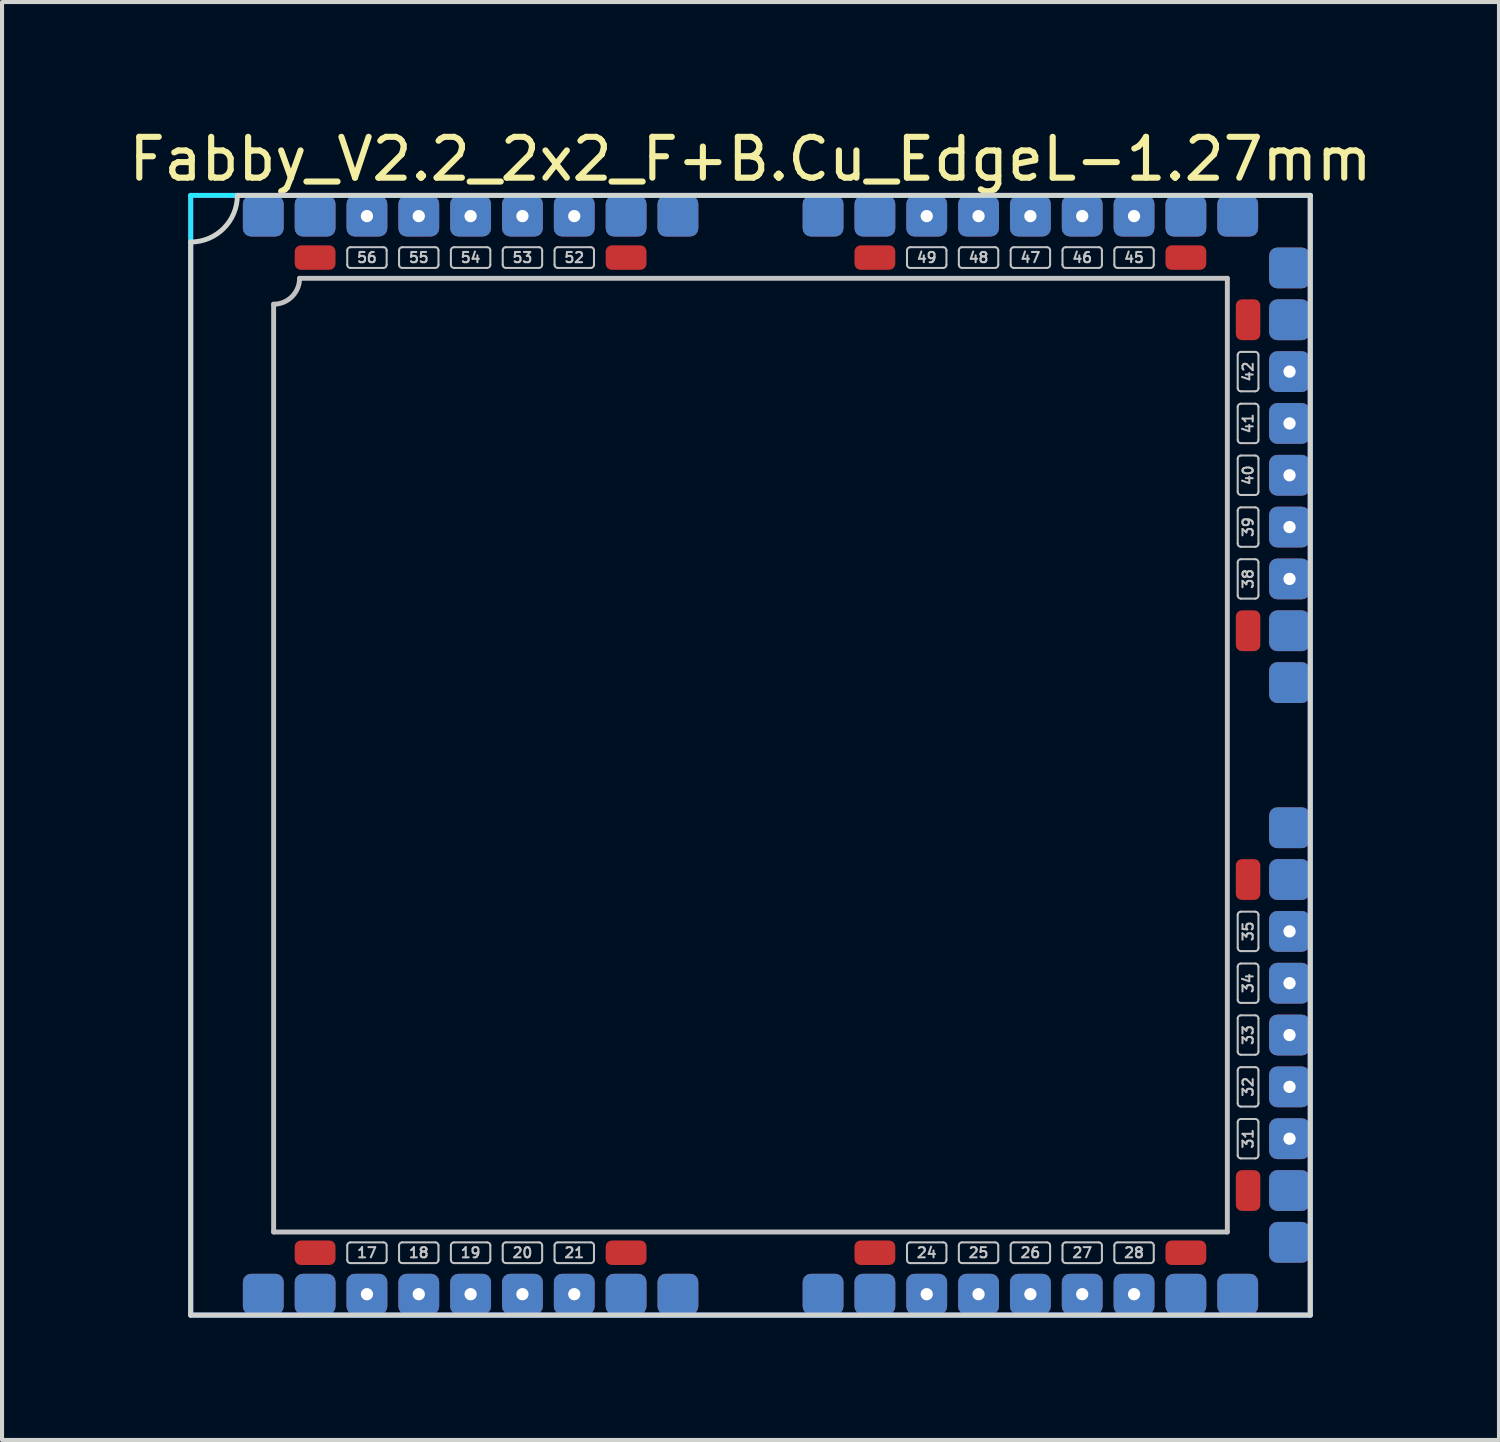
<source format=kicad_pcb>
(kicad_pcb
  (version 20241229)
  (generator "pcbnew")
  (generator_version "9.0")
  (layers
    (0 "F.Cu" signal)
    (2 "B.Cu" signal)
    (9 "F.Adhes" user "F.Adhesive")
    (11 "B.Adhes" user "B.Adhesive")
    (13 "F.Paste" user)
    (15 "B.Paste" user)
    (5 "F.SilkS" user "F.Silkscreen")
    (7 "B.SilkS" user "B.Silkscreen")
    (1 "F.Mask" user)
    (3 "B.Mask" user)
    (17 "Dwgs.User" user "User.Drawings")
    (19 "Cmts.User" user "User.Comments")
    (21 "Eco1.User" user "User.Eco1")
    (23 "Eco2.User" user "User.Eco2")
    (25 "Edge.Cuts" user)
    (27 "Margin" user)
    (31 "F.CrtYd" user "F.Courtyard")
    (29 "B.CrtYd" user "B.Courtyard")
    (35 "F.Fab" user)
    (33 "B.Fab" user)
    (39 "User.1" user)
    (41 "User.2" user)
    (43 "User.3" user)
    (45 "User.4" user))
  (footprint "Fabby_V2.2_2x2_F+B.Cu_EdgeL-1.27mm"
    (layer "F.Cu")
    (at 15.339 15.453)
    (property "Reference" "Fabby_V2.2_2x2_F+B.Cu_EdgeL-1.27mm" (at 0 -14.605 0) (layer "F.SilkS") (effects (font (size 1 1) (thickness 0.15))))
    (attr through_hole)
    (fp_line (start -11.684 11.684) (end -11.684 -11.049) (stroke (width 0.12) (type solid)) (layer "Dwgs.User"))
    (fp_line (start -11.049 -11.684) (end 11.684 -11.684) (stroke (width 0.12) (type solid)) (layer "Dwgs.User"))
    (fp_line (start -9.881 -12.014) (end -9.881 -12.37) (stroke (width 0.05) (type solid)) (layer "Dwgs.User"))
    (fp_line (start -9.881 12.37) (end -9.881 12.014) (stroke (width 0.05) (type solid)) (layer "Dwgs.User"))
    (fp_line (start -8.992 -12.446) (end -9.804 -12.446) (stroke (width 0.05) (type solid)) (layer "Dwgs.User"))
    (fp_line (start -8.992 -11.938) (end -9.804 -11.938) (stroke (width 0.05) (type solid)) (layer "Dwgs.User"))
    (fp_line (start -8.992 11.938) (end -9.804 11.938) (stroke (width 0.05) (type solid)) (layer "Dwgs.User"))
    (fp_line (start -8.992 12.446) (end -9.804 12.446) (stroke (width 0.05) (type solid)) (layer "Dwgs.User"))
    (fp_line (start -8.915 -12.014) (end -8.915 -12.37) (stroke (width 0.05) (type solid)) (layer "Dwgs.User"))
    (fp_line (start -8.915 12.37) (end -8.915 12.014) (stroke (width 0.05) (type solid)) (layer "Dwgs.User"))
    (fp_line (start -8.611 -12.014) (end -8.611 -12.37) (stroke (width 0.05) (type solid)) (layer "Dwgs.User"))
    (fp_line (start -8.611 12.37) (end -8.611 12.014) (stroke (width 0.05) (type solid)) (layer "Dwgs.User"))
    (fp_line (start -7.722 -12.446) (end -8.534 -12.446) (stroke (width 0.05) (type solid)) (layer "Dwgs.User"))
    (fp_line (start -7.722 -11.938) (end -8.534 -11.938) (stroke (width 0.05) (type solid)) (layer "Dwgs.User"))
    (fp_line (start -7.722 11.938) (end -8.534 11.938) (stroke (width 0.05) (type solid)) (layer "Dwgs.User"))
    (fp_line (start -7.722 12.446) (end -8.534 12.446) (stroke (width 0.05) (type solid)) (layer "Dwgs.User"))
    (fp_line (start -7.645 -12.014) (end -7.645 -12.37) (stroke (width 0.05) (type solid)) (layer "Dwgs.User"))
    (fp_line (start -7.645 12.37) (end -7.645 12.014) (stroke (width 0.05) (type solid)) (layer "Dwgs.User"))
    (fp_line (start -7.341 -12.014) (end -7.341 -12.37) (stroke (width 0.05) (type solid)) (layer "Dwgs.User"))
    (fp_line (start -7.341 12.37) (end -7.341 12.014) (stroke (width 0.05) (type solid)) (layer "Dwgs.User"))
    (fp_line (start -6.452 -12.446) (end -7.264 -12.446) (stroke (width 0.05) (type solid)) (layer "Dwgs.User"))
    (fp_line (start -6.452 -11.938) (end -7.264 -11.938) (stroke (width 0.05) (type solid)) (layer "Dwgs.User"))
    (fp_line (start -6.452 11.938) (end -7.264 11.938) (stroke (width 0.05) (type solid)) (layer "Dwgs.User"))
    (fp_line (start -6.452 12.446) (end -7.264 12.446) (stroke (width 0.05) (type solid)) (layer "Dwgs.User"))
    (fp_line (start -6.375 -12.014) (end -6.375 -12.37) (stroke (width 0.05) (type solid)) (layer "Dwgs.User"))
    (fp_line (start -6.375 12.37) (end -6.375 12.014) (stroke (width 0.05) (type solid)) (layer "Dwgs.User"))
    (fp_line (start -6.071 -12.014) (end -6.071 -12.37) (stroke (width 0.05) (type solid)) (layer "Dwgs.User"))
    (fp_line (start -6.071 12.37) (end -6.071 12.014) (stroke (width 0.05) (type solid)) (layer "Dwgs.User"))
    (fp_line (start -5.182 -12.446) (end -5.994 -12.446) (stroke (width 0.05) (type solid)) (layer "Dwgs.User"))
    (fp_line (start -5.182 -11.938) (end -5.994 -11.938) (stroke (width 0.05) (type solid)) (layer "Dwgs.User"))
    (fp_line (start -5.182 11.938) (end -5.994 11.938) (stroke (width 0.05) (type solid)) (layer "Dwgs.User"))
    (fp_line (start -5.182 12.446) (end -5.994 12.446) (stroke (width 0.05) (type solid)) (layer "Dwgs.User"))
    (fp_line (start -5.105 -12.014) (end -5.105 -12.37) (stroke (width 0.05) (type solid)) (layer "Dwgs.User"))
    (fp_line (start -5.105 12.37) (end -5.105 12.014) (stroke (width 0.05) (type solid)) (layer "Dwgs.User"))
    (fp_line (start -4.801 -12.014) (end -4.801 -12.37) (stroke (width 0.05) (type solid)) (layer "Dwgs.User"))
    (fp_line (start -4.801 12.37) (end -4.801 12.014) (stroke (width 0.05) (type solid)) (layer "Dwgs.User"))
    (fp_line (start -3.912 -12.446) (end -4.724 -12.446) (stroke (width 0.05) (type solid)) (layer "Dwgs.User"))
    (fp_line (start -3.912 -11.938) (end -4.724 -11.938) (stroke (width 0.05) (type solid)) (layer "Dwgs.User"))
    (fp_line (start -3.912 11.938) (end -4.724 11.938) (stroke (width 0.05) (type solid)) (layer "Dwgs.User"))
    (fp_line (start -3.912 12.446) (end -4.724 12.446) (stroke (width 0.05) (type solid)) (layer "Dwgs.User"))
    (fp_line (start -3.835 -12.014) (end -3.835 -12.37) (stroke (width 0.05) (type solid)) (layer "Dwgs.User"))
    (fp_line (start -3.835 12.37) (end -3.835 12.014) (stroke (width 0.05) (type solid)) (layer "Dwgs.User"))
    (fp_line (start 3.835 -12.014) (end 3.835 -12.37) (stroke (width 0.05) (type solid)) (layer "Dwgs.User"))
    (fp_line (start 3.835 12.37) (end 3.835 12.014) (stroke (width 0.05) (type solid)) (layer "Dwgs.User"))
    (fp_line (start 4.724 -12.446) (end 3.912 -12.446) (stroke (width 0.05) (type solid)) (layer "Dwgs.User"))
    (fp_line (start 4.724 -11.938) (end 3.912 -11.938) (stroke (width 0.05) (type solid)) (layer "Dwgs.User"))
    (fp_line (start 4.724 11.938) (end 3.912 11.938) (stroke (width 0.05) (type solid)) (layer "Dwgs.User"))
    (fp_line (start 4.724 12.446) (end 3.912 12.446) (stroke (width 0.05) (type solid)) (layer "Dwgs.User"))
    (fp_line (start 4.801 -12.014) (end 4.801 -12.37) (stroke (width 0.05) (type solid)) (layer "Dwgs.User"))
    (fp_line (start 4.801 12.37) (end 4.801 12.014) (stroke (width 0.05) (type solid)) (layer "Dwgs.User"))
    (fp_line (start 5.105 -12.014) (end 5.105 -12.37) (stroke (width 0.05) (type solid)) (layer "Dwgs.User"))
    (fp_line (start 5.105 12.37) (end 5.105 12.014) (stroke (width 0.05) (type solid)) (layer "Dwgs.User"))
    (fp_line (start 5.994 -12.446) (end 5.182 -12.446) (stroke (width 0.05) (type solid)) (layer "Dwgs.User"))
    (fp_line (start 5.994 -11.938) (end 5.182 -11.938) (stroke (width 0.05) (type solid)) (layer "Dwgs.User"))
    (fp_line (start 5.994 11.938) (end 5.182 11.938) (stroke (width 0.05) (type solid)) (layer "Dwgs.User"))
    (fp_line (start 5.994 12.446) (end 5.182 12.446) (stroke (width 0.05) (type solid)) (layer "Dwgs.User"))
    (fp_line (start 6.071 -12.014) (end 6.071 -12.37) (stroke (width 0.05) (type solid)) (layer "Dwgs.User"))
    (fp_line (start 6.071 12.37) (end 6.071 12.014) (stroke (width 0.05) (type solid)) (layer "Dwgs.User"))
    (fp_line (start 6.375 -12.014) (end 6.375 -12.37) (stroke (width 0.05) (type solid)) (layer "Dwgs.User"))
    (fp_line (start 6.375 12.37) (end 6.375 12.014) (stroke (width 0.05) (type solid)) (layer "Dwgs.User"))
    (fp_line (start 7.264 -12.446) (end 6.452 -12.446) (stroke (width 0.05) (type solid)) (layer "Dwgs.User"))
    (fp_line (start 7.264 -11.938) (end 6.452 -11.938) (stroke (width 0.05) (type solid)) (layer "Dwgs.User"))
    (fp_line (start 7.264 11.938) (end 6.452 11.938) (stroke (width 0.05) (type solid)) (layer "Dwgs.User"))
    (fp_line (start 7.264 12.446) (end 6.452 12.446) (stroke (width 0.05) (type solid)) (layer "Dwgs.User"))
    (fp_line (start 7.341 -12.014) (end 7.341 -12.37) (stroke (width 0.05) (type solid)) (layer "Dwgs.User"))
    (fp_line (start 7.341 12.37) (end 7.341 12.014) (stroke (width 0.05) (type solid)) (layer "Dwgs.User"))
    (fp_line (start 7.645 -12.014) (end 7.645 -12.37) (stroke (width 0.05) (type solid)) (layer "Dwgs.User"))
    (fp_line (start 7.645 12.37) (end 7.645 12.014) (stroke (width 0.05) (type solid)) (layer "Dwgs.User"))
    (fp_line (start 8.534 -12.446) (end 7.722 -12.446) (stroke (width 0.05) (type solid)) (layer "Dwgs.User"))
    (fp_line (start 8.534 -11.938) (end 7.722 -11.938) (stroke (width 0.05) (type solid)) (layer "Dwgs.User"))
    (fp_line (start 8.534 11.938) (end 7.722 11.938) (stroke (width 0.05) (type solid)) (layer "Dwgs.User"))
    (fp_line (start 8.534 12.446) (end 7.722 12.446) (stroke (width 0.05) (type solid)) (layer "Dwgs.User"))
    (fp_line (start 8.611 -12.014) (end 8.611 -12.37) (stroke (width 0.05) (type solid)) (layer "Dwgs.User"))
    (fp_line (start 8.611 12.37) (end 8.611 12.014) (stroke (width 0.05) (type solid)) (layer "Dwgs.User"))
    (fp_line (start 8.915 -12.014) (end 8.915 -12.37) (stroke (width 0.05) (type solid)) (layer "Dwgs.User"))
    (fp_line (start 8.915 12.37) (end 8.915 12.014) (stroke (width 0.05) (type solid)) (layer "Dwgs.User"))
    (fp_line (start 9.804 -12.446) (end 8.992 -12.446) (stroke (width 0.05) (type solid)) (layer "Dwgs.User"))
    (fp_line (start 9.804 -11.938) (end 8.992 -11.938) (stroke (width 0.05) (type solid)) (layer "Dwgs.User"))
    (fp_line (start 9.804 11.938) (end 8.992 11.938) (stroke (width 0.05) (type solid)) (layer "Dwgs.User"))
    (fp_line (start 9.804 12.446) (end 8.992 12.446) (stroke (width 0.05) (type solid)) (layer "Dwgs.User"))
    (fp_line (start 9.881 -12.014) (end 9.881 -12.37) (stroke (width 0.05) (type solid)) (layer "Dwgs.User"))
    (fp_line (start 9.881 12.37) (end 9.881 12.014) (stroke (width 0.05) (type solid)) (layer "Dwgs.User"))
    (fp_line (start 11.684 -11.684) (end 11.684 11.684) (stroke (width 0.12) (type solid)) (layer "Dwgs.User"))
    (fp_line (start 11.684 11.684) (end -11.684 11.684) (stroke (width 0.12) (type solid)) (layer "Dwgs.User"))
    (fp_line (start 11.938 -8.992) (end 11.938 -9.804) (stroke (width 0.05) (type solid)) (layer "Dwgs.User"))
    (fp_line (start 11.938 -7.722) (end 11.938 -8.534) (stroke (width 0.05) (type solid)) (layer "Dwgs.User"))
    (fp_line (start 11.938 -6.452) (end 11.938 -7.264) (stroke (width 0.05) (type solid)) (layer "Dwgs.User"))
    (fp_line (start 11.938 -5.182) (end 11.938 -5.994) (stroke (width 0.05) (type solid)) (layer "Dwgs.User"))
    (fp_line (start 11.938 -3.912) (end 11.938 -4.724) (stroke (width 0.05) (type solid)) (layer "Dwgs.User"))
    (fp_line (start 11.938 4.724) (end 11.938 3.912) (stroke (width 0.05) (type solid)) (layer "Dwgs.User"))
    (fp_line (start 11.938 5.994) (end 11.938 5.182) (stroke (width 0.05) (type solid)) (layer "Dwgs.User"))
    (fp_line (start 11.938 7.264) (end 11.938 6.452) (stroke (width 0.05) (type solid)) (layer "Dwgs.User"))
    (fp_line (start 11.938 8.534) (end 11.938 7.722) (stroke (width 0.05) (type solid)) (layer "Dwgs.User"))
    (fp_line (start 11.938 9.804) (end 11.938 8.992) (stroke (width 0.05) (type solid)) (layer "Dwgs.User"))
    (fp_line (start 12.014 -9.881) (end 12.37 -9.881) (stroke (width 0.05) (type solid)) (layer "Dwgs.User"))
    (fp_line (start 12.014 -8.915) (end 12.37 -8.915) (stroke (width 0.05) (type solid)) (layer "Dwgs.User"))
    (fp_line (start 12.014 -8.611) (end 12.37 -8.611) (stroke (width 0.05) (type solid)) (layer "Dwgs.User"))
    (fp_line (start 12.014 -7.645) (end 12.37 -7.645) (stroke (width 0.05) (type solid)) (layer "Dwgs.User"))
    (fp_line (start 12.014 -7.341) (end 12.37 -7.341) (stroke (width 0.05) (type solid)) (layer "Dwgs.User"))
    (fp_line (start 12.014 -6.375) (end 12.37 -6.375) (stroke (width 0.05) (type solid)) (layer "Dwgs.User"))
    (fp_line (start 12.014 -6.071) (end 12.37 -6.071) (stroke (width 0.05) (type solid)) (layer "Dwgs.User"))
    (fp_line (start 12.014 -5.105) (end 12.37 -5.105) (stroke (width 0.05) (type solid)) (layer "Dwgs.User"))
    (fp_line (start 12.014 -4.801) (end 12.37 -4.801) (stroke (width 0.05) (type solid)) (layer "Dwgs.User"))
    (fp_line (start 12.014 -3.835) (end 12.37 -3.835) (stroke (width 0.05) (type solid)) (layer "Dwgs.User"))
    (fp_line (start 12.014 3.835) (end 12.37 3.835) (stroke (width 0.05) (type solid)) (layer "Dwgs.User"))
    (fp_line (start 12.014 4.801) (end 12.37 4.801) (stroke (width 0.05) (type solid)) (layer "Dwgs.User"))
    (fp_line (start 12.014 5.105) (end 12.37 5.105) (stroke (width 0.05) (type solid)) (layer "Dwgs.User"))
    (fp_line (start 12.014 6.071) (end 12.37 6.071) (stroke (width 0.05) (type solid)) (layer "Dwgs.User"))
    (fp_line (start 12.014 6.375) (end 12.37 6.375) (stroke (width 0.05) (type solid)) (layer "Dwgs.User"))
    (fp_line (start 12.014 7.341) (end 12.37 7.341) (stroke (width 0.05) (type solid)) (layer "Dwgs.User"))
    (fp_line (start 12.014 7.645) (end 12.37 7.645) (stroke (width 0.05) (type solid)) (layer "Dwgs.User"))
    (fp_line (start 12.014 8.611) (end 12.37 8.611) (stroke (width 0.05) (type solid)) (layer "Dwgs.User"))
    (fp_line (start 12.014 8.915) (end 12.37 8.915) (stroke (width 0.05) (type solid)) (layer "Dwgs.User"))
    (fp_line (start 12.014 9.881) (end 12.37 9.881) (stroke (width 0.05) (type solid)) (layer "Dwgs.User"))
    (fp_line (start 12.446 -8.992) (end 12.446 -9.804) (stroke (width 0.05) (type solid)) (layer "Dwgs.User"))
    (fp_line (start 12.446 -7.722) (end 12.446 -8.534) (stroke (width 0.05) (type solid)) (layer "Dwgs.User"))
    (fp_line (start 12.446 -6.452) (end 12.446 -7.264) (stroke (width 0.05) (type solid)) (layer "Dwgs.User"))
    (fp_line (start 12.446 -5.182) (end 12.446 -5.994) (stroke (width 0.05) (type solid)) (layer "Dwgs.User"))
    (fp_line (start 12.446 -3.912) (end 12.446 -4.724) (stroke (width 0.05) (type solid)) (layer "Dwgs.User"))
    (fp_line (start 12.446 4.724) (end 12.446 3.912) (stroke (width 0.05) (type solid)) (layer "Dwgs.User"))
    (fp_line (start 12.446 5.994) (end 12.446 5.182) (stroke (width 0.05) (type solid)) (layer "Dwgs.User"))
    (fp_line (start 12.446 7.264) (end 12.446 6.452) (stroke (width 0.05) (type solid)) (layer "Dwgs.User"))
    (fp_line (start 12.446 8.534) (end 12.446 7.722) (stroke (width 0.05) (type solid)) (layer "Dwgs.User"))
    (fp_line (start 12.446 9.804) (end 12.446 8.992) (stroke (width 0.05) (type solid)) (layer "Dwgs.User"))
    (fp_arc (start -11.049 -11.684) (mid -11.234987 -11.234987) (end -11.684 -11.049) (stroke (width 0.12) (type solid)) (layer "Dwgs.User"))
    (fp_arc (start -9.8806 -12.3698) (mid -9.858282 -12.423682) (end -9.8044 -12.446) (stroke (width 0.05) (type solid)) (layer "Dwgs.User"))
    (fp_arc (start -9.8806 12.0142) (mid -9.858282 11.960318) (end -9.8044 11.938) (stroke (width 0.05) (type solid)) (layer "Dwgs.User"))
    (fp_arc (start -9.8044 -11.938) (mid -9.858282 -11.960318) (end -9.8806 -12.0142) (stroke (width 0.05) (type solid)) (layer "Dwgs.User"))
    (fp_arc (start -9.8044 12.446) (mid -9.858282 12.423682) (end -9.8806 12.3698) (stroke (width 0.05) (type solid)) (layer "Dwgs.User"))
    (fp_arc (start -8.9916 -12.446) (mid -8.937718 -12.423682) (end -8.9154 -12.3698) (stroke (width 0.05) (type solid)) (layer "Dwgs.User"))
    (fp_arc (start -8.9916 11.938) (mid -8.937718 11.960318) (end -8.9154 12.0142) (stroke (width 0.05) (type solid)) (layer "Dwgs.User"))
    (fp_arc (start -8.9154 -12.0142) (mid -8.937718 -11.960318) (end -8.9916 -11.938) (stroke (width 0.05) (type solid)) (layer "Dwgs.User"))
    (fp_arc (start -8.9154 12.3698) (mid -8.937718 12.423682) (end -8.9916 12.446) (stroke (width 0.05) (type solid)) (layer "Dwgs.User"))
    (fp_arc (start -8.6106 -12.3698) (mid -8.588282 -12.423682) (end -8.5344 -12.446) (stroke (width 0.05) (type solid)) (layer "Dwgs.User"))
    (fp_arc (start -8.6106 12.0142) (mid -8.588282 11.960318) (end -8.5344 11.938) (stroke (width 0.05) (type solid)) (layer "Dwgs.User"))
    (fp_arc (start -8.5344 -11.938) (mid -8.588282 -11.960318) (end -8.6106 -12.0142) (stroke (width 0.05) (type solid)) (layer "Dwgs.User"))
    (fp_arc (start -8.5344 12.446) (mid -8.588282 12.423682) (end -8.6106 12.3698) (stroke (width 0.05) (type solid)) (layer "Dwgs.User"))
    (fp_arc (start -7.7216 -12.446) (mid -7.667718 -12.423682) (end -7.6454 -12.3698) (stroke (width 0.05) (type solid)) (layer "Dwgs.User"))
    (fp_arc (start -7.7216 11.938) (mid -7.667718 11.960318) (end -7.6454 12.0142) (stroke (width 0.05) (type solid)) (layer "Dwgs.User"))
    (fp_arc (start -7.6454 -12.0142) (mid -7.667718 -11.960318) (end -7.7216 -11.938) (stroke (width 0.05) (type solid)) (layer "Dwgs.User"))
    (fp_arc (start -7.6454 12.3698) (mid -7.667718 12.423682) (end -7.7216 12.446) (stroke (width 0.05) (type solid)) (layer "Dwgs.User"))
    (fp_arc (start -7.3406 -12.3698) (mid -7.318282 -12.423682) (end -7.2644 -12.446) (stroke (width 0.05) (type solid)) (layer "Dwgs.User"))
    (fp_arc (start -7.3406 12.0142) (mid -7.318282 11.960318) (end -7.2644 11.938) (stroke (width 0.05) (type solid)) (layer "Dwgs.User"))
    (fp_arc (start -7.2644 -11.938) (mid -7.318282 -11.960318) (end -7.3406 -12.0142) (stroke (width 0.05) (type solid)) (layer "Dwgs.User"))
    (fp_arc (start -7.2644 12.446) (mid -7.318282 12.423682) (end -7.3406 12.3698) (stroke (width 0.05) (type solid)) (layer "Dwgs.User"))
    (fp_arc (start -6.4516 -12.446) (mid -6.397718 -12.423682) (end -6.3754 -12.3698) (stroke (width 0.05) (type solid)) (layer "Dwgs.User"))
    (fp_arc (start -6.4516 11.938) (mid -6.397718 11.960318) (end -6.3754 12.0142) (stroke (width 0.05) (type solid)) (layer "Dwgs.User"))
    (fp_arc (start -6.3754 -12.0142) (mid -6.397718 -11.960318) (end -6.4516 -11.938) (stroke (width 0.05) (type solid)) (layer "Dwgs.User"))
    (fp_arc (start -6.3754 12.3698) (mid -6.397718 12.423682) (end -6.4516 12.446) (stroke (width 0.05) (type solid)) (layer "Dwgs.User"))
    (fp_arc (start -6.0706 -12.3698) (mid -6.048282 -12.423682) (end -5.9944 -12.446) (stroke (width 0.05) (type solid)) (layer "Dwgs.User"))
    (fp_arc (start -6.0706 12.0142) (mid -6.048282 11.960318) (end -5.9944 11.938) (stroke (width 0.05) (type solid)) (layer "Dwgs.User"))
    (fp_arc (start -5.9944 -11.938) (mid -6.048282 -11.960318) (end -6.0706 -12.0142) (stroke (width 0.05) (type solid)) (layer "Dwgs.User"))
    (fp_arc (start -5.9944 12.446) (mid -6.048282 12.423682) (end -6.0706 12.3698) (stroke (width 0.05) (type solid)) (layer "Dwgs.User"))
    (fp_arc (start -5.1816 -12.446) (mid -5.127718 -12.423682) (end -5.1054 -12.3698) (stroke (width 0.05) (type solid)) (layer "Dwgs.User"))
    (fp_arc (start -5.1816 11.938) (mid -5.127718 11.960318) (end -5.1054 12.0142) (stroke (width 0.05) (type solid)) (layer "Dwgs.User"))
    (fp_arc (start -5.1054 -12.0142) (mid -5.127718 -11.960318) (end -5.1816 -11.938) (stroke (width 0.05) (type solid)) (layer "Dwgs.User"))
    (fp_arc (start -5.1054 12.3698) (mid -5.127718 12.423682) (end -5.1816 12.446) (stroke (width 0.05) (type solid)) (layer "Dwgs.User"))
    (fp_arc (start -4.8006 -12.3698) (mid -4.778282 -12.423682) (end -4.7244 -12.446) (stroke (width 0.05) (type solid)) (layer "Dwgs.User"))
    (fp_arc (start -4.8006 12.0142) (mid -4.778282 11.960318) (end -4.7244 11.938) (stroke (width 0.05) (type solid)) (layer "Dwgs.User"))
    (fp_arc (start -4.7244 -11.938) (mid -4.778282 -11.960318) (end -4.8006 -12.0142) (stroke (width 0.05) (type solid)) (layer "Dwgs.User"))
    (fp_arc (start -4.7244 12.446) (mid -4.778282 12.423682) (end -4.8006 12.3698) (stroke (width 0.05) (type solid)) (layer "Dwgs.User"))
    (fp_arc (start -3.9116 -12.446) (mid -3.857718 -12.423682) (end -3.8354 -12.3698) (stroke (width 0.05) (type solid)) (layer "Dwgs.User"))
    (fp_arc (start -3.9116 11.938) (mid -3.857718 11.960318) (end -3.8354 12.0142) (stroke (width 0.05) (type solid)) (layer "Dwgs.User"))
    (fp_arc (start -3.8354 -12.0142) (mid -3.857718 -11.960318) (end -3.9116 -11.938) (stroke (width 0.05) (type solid)) (layer "Dwgs.User"))
    (fp_arc (start -3.8354 12.3698) (mid -3.857718 12.423682) (end -3.9116 12.446) (stroke (width 0.05) (type solid)) (layer "Dwgs.User"))
    (fp_arc (start 3.8354 -12.3698) (mid 3.857718 -12.423682) (end 3.9116 -12.446) (stroke (width 0.05) (type solid)) (layer "Dwgs.User"))
    (fp_arc (start 3.8354 12.0142) (mid 3.857718 11.960318) (end 3.9116 11.938) (stroke (width 0.05) (type solid)) (layer "Dwgs.User"))
    (fp_arc (start 3.9116 -11.938) (mid 3.857718 -11.960318) (end 3.8354 -12.0142) (stroke (width 0.05) (type solid)) (layer "Dwgs.User"))
    (fp_arc (start 3.9116 12.446) (mid 3.857718 12.423682) (end 3.8354 12.3698) (stroke (width 0.05) (type solid)) (layer "Dwgs.User"))
    (fp_arc (start 4.7244 -12.446) (mid 4.778282 -12.423682) (end 4.8006 -12.3698) (stroke (width 0.05) (type solid)) (layer "Dwgs.User"))
    (fp_arc (start 4.7244 11.938) (mid 4.778282 11.960318) (end 4.8006 12.0142) (stroke (width 0.05) (type solid)) (layer "Dwgs.User"))
    (fp_arc (start 4.8006 -12.0142) (mid 4.778282 -11.960318) (end 4.7244 -11.938) (stroke (width 0.05) (type solid)) (layer "Dwgs.User"))
    (fp_arc (start 4.8006 12.3698) (mid 4.778282 12.423682) (end 4.7244 12.446) (stroke (width 0.05) (type solid)) (layer "Dwgs.User"))
    (fp_arc (start 5.1054 -12.3698) (mid 5.127718 -12.423682) (end 5.1816 -12.446) (stroke (width 0.05) (type solid)) (layer "Dwgs.User"))
    (fp_arc (start 5.1054 12.0142) (mid 5.127718 11.960318) (end 5.1816 11.938) (stroke (width 0.05) (type solid)) (layer "Dwgs.User"))
    (fp_arc (start 5.1816 -11.938) (mid 5.127718 -11.960318) (end 5.1054 -12.0142) (stroke (width 0.05) (type solid)) (layer "Dwgs.User"))
    (fp_arc (start 5.1816 12.446) (mid 5.127718 12.423682) (end 5.1054 12.3698) (stroke (width 0.05) (type solid)) (layer "Dwgs.User"))
    (fp_arc (start 5.9944 -12.446) (mid 6.048282 -12.423682) (end 6.0706 -12.3698) (stroke (width 0.05) (type solid)) (layer "Dwgs.User"))
    (fp_arc (start 5.9944 11.938) (mid 6.048282 11.960318) (end 6.0706 12.0142) (stroke (width 0.05) (type solid)) (layer "Dwgs.User"))
    (fp_arc (start 6.0706 -12.0142) (mid 6.048282 -11.960318) (end 5.9944 -11.938) (stroke (width 0.05) (type solid)) (layer "Dwgs.User"))
    (fp_arc (start 6.0706 12.3698) (mid 6.048282 12.423682) (end 5.9944 12.446) (stroke (width 0.05) (type solid)) (layer "Dwgs.User"))
    (fp_arc (start 6.3754 -12.3698) (mid 6.397718 -12.423682) (end 6.4516 -12.446) (stroke (width 0.05) (type solid)) (layer "Dwgs.User"))
    (fp_arc (start 6.3754 12.0142) (mid 6.397718 11.960318) (end 6.4516 11.938) (stroke (width 0.05) (type solid)) (layer "Dwgs.User"))
    (fp_arc (start 6.4516 -11.938) (mid 6.397718 -11.960318) (end 6.3754 -12.0142) (stroke (width 0.05) (type solid)) (layer "Dwgs.User"))
    (fp_arc (start 6.4516 12.446) (mid 6.397718 12.423682) (end 6.3754 12.3698) (stroke (width 0.05) (type solid)) (layer "Dwgs.User"))
    (fp_arc (start 7.2644 -12.446) (mid 7.318282 -12.423682) (end 7.3406 -12.3698) (stroke (width 0.05) (type solid)) (layer "Dwgs.User"))
    (fp_arc (start 7.2644 11.938) (mid 7.318282 11.960318) (end 7.3406 12.0142) (stroke (width 0.05) (type solid)) (layer "Dwgs.User"))
    (fp_arc (start 7.3406 -12.0142) (mid 7.318282 -11.960318) (end 7.2644 -11.938) (stroke (width 0.05) (type solid)) (layer "Dwgs.User"))
    (fp_arc (start 7.3406 12.3698) (mid 7.318282 12.423682) (end 7.2644 12.446) (stroke (width 0.05) (type solid)) (layer "Dwgs.User"))
    (fp_arc (start 7.6454 -12.3698) (mid 7.667718 -12.423682) (end 7.7216 -12.446) (stroke (width 0.05) (type solid)) (layer "Dwgs.User"))
    (fp_arc (start 7.6454 12.0142) (mid 7.667718 11.960318) (end 7.7216 11.938) (stroke (width 0.05) (type solid)) (layer "Dwgs.User"))
    (fp_arc (start 7.7216 -11.938) (mid 7.667718 -11.960318) (end 7.6454 -12.0142) (stroke (width 0.05) (type solid)) (layer "Dwgs.User"))
    (fp_arc (start 7.7216 12.446) (mid 7.667718 12.423682) (end 7.6454 12.3698) (stroke (width 0.05) (type solid)) (layer "Dwgs.User"))
    (fp_arc (start 8.5344 -12.446) (mid 8.588282 -12.423682) (end 8.6106 -12.3698) (stroke (width 0.05) (type solid)) (layer "Dwgs.User"))
    (fp_arc (start 8.5344 11.938) (mid 8.588282 11.960318) (end 8.6106 12.0142) (stroke (width 0.05) (type solid)) (layer "Dwgs.User"))
    (fp_arc (start 8.6106 -12.0142) (mid 8.588282 -11.960318) (end 8.5344 -11.938) (stroke (width 0.05) (type solid)) (layer "Dwgs.User"))
    (fp_arc (start 8.6106 12.3698) (mid 8.588282 12.423682) (end 8.5344 12.446) (stroke (width 0.05) (type solid)) (layer "Dwgs.User"))
    (fp_arc (start 8.9154 -12.3698) (mid 8.937718 -12.423682) (end 8.9916 -12.446) (stroke (width 0.05) (type solid)) (layer "Dwgs.User"))
    (fp_arc (start 8.9154 12.0142) (mid 8.937718 11.960318) (end 8.9916 11.938) (stroke (width 0.05) (type solid)) (layer "Dwgs.User"))
    (fp_arc (start 8.9916 -11.938) (mid 8.937718 -11.960318) (end 8.9154 -12.0142) (stroke (width 0.05) (type solid)) (layer "Dwgs.User"))
    (fp_arc (start 8.9916 12.446) (mid 8.937718 12.423682) (end 8.9154 12.3698) (stroke (width 0.05) (type solid)) (layer "Dwgs.User"))
    (fp_arc (start 9.8044 -12.446) (mid 9.858282 -12.423682) (end 9.8806 -12.3698) (stroke (width 0.05) (type solid)) (layer "Dwgs.User"))
    (fp_arc (start 9.8044 11.938) (mid 9.858282 11.960318) (end 9.8806 12.0142) (stroke (width 0.05) (type solid)) (layer "Dwgs.User"))
    (fp_arc (start 9.8806 -12.0142) (mid 9.858282 -11.960318) (end 9.8044 -11.938) (stroke (width 0.05) (type solid)) (layer "Dwgs.User"))
    (fp_arc (start 9.8806 12.3698) (mid 9.858282 12.423682) (end 9.8044 12.446) (stroke (width 0.05) (type solid)) (layer "Dwgs.User"))
    (fp_arc (start 11.938 -9.8044) (mid 11.960318 -9.858282) (end 12.0142 -9.8806) (stroke (width 0.05) (type solid)) (layer "Dwgs.User"))
    (fp_arc (start 11.938 -8.5344) (mid 11.960318 -8.588282) (end 12.0142 -8.6106) (stroke (width 0.05) (type solid)) (layer "Dwgs.User"))
    (fp_arc (start 11.938 -7.2644) (mid 11.960318 -7.318282) (end 12.0142 -7.3406) (stroke (width 0.05) (type solid)) (layer "Dwgs.User"))
    (fp_arc (start 11.938 -5.9944) (mid 11.960318 -6.048282) (end 12.0142 -6.0706) (stroke (width 0.05) (type solid)) (layer "Dwgs.User"))
    (fp_arc (start 11.938 -4.7244) (mid 11.960318 -4.778282) (end 12.0142 -4.8006) (stroke (width 0.05) (type solid)) (layer "Dwgs.User"))
    (fp_arc (start 11.938 3.9116) (mid 11.960318 3.857718) (end 12.0142 3.8354) (stroke (width 0.05) (type solid)) (layer "Dwgs.User"))
    (fp_arc (start 11.938 5.1816) (mid 11.960318 5.127718) (end 12.0142 5.1054) (stroke (width 0.05) (type solid)) (layer "Dwgs.User"))
    (fp_arc (start 11.938 6.4516) (mid 11.960318 6.397718) (end 12.0142 6.3754) (stroke (width 0.05) (type solid)) (layer "Dwgs.User"))
    (fp_arc (start 11.938 7.7216) (mid 11.960318 7.667718) (end 12.0142 7.6454) (stroke (width 0.05) (type solid)) (layer "Dwgs.User"))
    (fp_arc (start 11.938 8.9916) (mid 11.960318 8.937718) (end 12.0142 8.9154) (stroke (width 0.05) (type solid)) (layer "Dwgs.User"))
    (fp_arc (start 12.0142 -8.9154) (mid 11.960318 -8.937718) (end 11.938 -8.9916) (stroke (width 0.05) (type solid)) (layer "Dwgs.User"))
    (fp_arc (start 12.0142 -7.6454) (mid 11.960318 -7.667718) (end 11.938 -7.7216) (stroke (width 0.05) (type solid)) (layer "Dwgs.User"))
    (fp_arc (start 12.0142 -6.3754) (mid 11.960318 -6.397718) (end 11.938 -6.4516) (stroke (width 0.05) (type solid)) (layer "Dwgs.User"))
    (fp_arc (start 12.0142 -5.1054) (mid 11.960318 -5.127718) (end 11.938 -5.1816) (stroke (width 0.05) (type solid)) (layer "Dwgs.User"))
    (fp_arc (start 12.0142 -3.8354) (mid 11.960318 -3.857718) (end 11.938 -3.9116) (stroke (width 0.05) (type solid)) (layer "Dwgs.User"))
    (fp_arc (start 12.0142 4.8006) (mid 11.960318 4.778282) (end 11.938 4.7244) (stroke (width 0.05) (type solid)) (layer "Dwgs.User"))
    (fp_arc (start 12.0142 6.0706) (mid 11.960318 6.048282) (end 11.938 5.9944) (stroke (width 0.05) (type solid)) (layer "Dwgs.User"))
    (fp_arc (start 12.0142 7.3406) (mid 11.960318 7.318282) (end 11.938 7.2644) (stroke (width 0.05) (type solid)) (layer "Dwgs.User"))
    (fp_arc (start 12.0142 8.6106) (mid 11.960318 8.588282) (end 11.938 8.5344) (stroke (width 0.05) (type solid)) (layer "Dwgs.User"))
    (fp_arc (start 12.0142 9.8806) (mid 11.960318 9.858282) (end 11.938 9.8044) (stroke (width 0.05) (type solid)) (layer "Dwgs.User"))
    (fp_arc (start 12.3698 -9.8806) (mid 12.423682 -9.858282) (end 12.446 -9.8044) (stroke (width 0.05) (type solid)) (layer "Dwgs.User"))
    (fp_arc (start 12.3698 -8.6106) (mid 12.423682 -8.588282) (end 12.446 -8.5344) (stroke (width 0.05) (type solid)) (layer "Dwgs.User"))
    (fp_arc (start 12.3698 -7.3406) (mid 12.423682 -7.318282) (end 12.446 -7.2644) (stroke (width 0.05) (type solid)) (layer "Dwgs.User"))
    (fp_arc (start 12.3698 -6.0706) (mid 12.423682 -6.048282) (end 12.446 -5.9944) (stroke (width 0.05) (type solid)) (layer "Dwgs.User"))
    (fp_arc (start 12.3698 -4.8006) (mid 12.423682 -4.778282) (end 12.446 -4.7244) (stroke (width 0.05) (type solid)) (layer "Dwgs.User"))
    (fp_arc (start 12.3698 3.8354) (mid 12.423682 3.857718) (end 12.446 3.9116) (stroke (width 0.05) (type solid)) (layer "Dwgs.User"))
    (fp_arc (start 12.3698 5.1054) (mid 12.423682 5.127718) (end 12.446 5.1816) (stroke (width 0.05) (type solid)) (layer "Dwgs.User"))
    (fp_arc (start 12.3698 6.3754) (mid 12.423682 6.397718) (end 12.446 6.4516) (stroke (width 0.05) (type solid)) (layer "Dwgs.User"))
    (fp_arc (start 12.3698 7.6454) (mid 12.423682 7.667718) (end 12.446 7.7216) (stroke (width 0.05) (type solid)) (layer "Dwgs.User"))
    (fp_arc (start 12.3698 8.9154) (mid 12.423682 8.937718) (end 12.446 8.9916) (stroke (width 0.05) (type solid)) (layer "Dwgs.User"))
    (fp_arc (start 12.446 -8.9916) (mid 12.423682 -8.937718) (end 12.3698 -8.9154) (stroke (width 0.05) (type solid)) (layer "Dwgs.User"))
    (fp_arc (start 12.446 -7.7216) (mid 12.423682 -7.667718) (end 12.3698 -7.6454) (stroke (width 0.05) (type solid)) (layer "Dwgs.User"))
    (fp_arc (start 12.446 -6.4516) (mid 12.423682 -6.397718) (end 12.3698 -6.3754) (stroke (width 0.05) (type solid)) (layer "Dwgs.User"))
    (fp_arc (start 12.446 -5.1816) (mid 12.423682 -5.127718) (end 12.3698 -5.1054) (stroke (width 0.05) (type solid)) (layer "Dwgs.User"))
    (fp_arc (start 12.446 -3.9116) (mid 12.423682 -3.857718) (end 12.3698 -3.8354) (stroke (width 0.05) (type solid)) (layer "Dwgs.User"))
    (fp_arc (start 12.446 4.7244) (mid 12.423682 4.778282) (end 12.3698 4.8006) (stroke (width 0.05) (type solid)) (layer "Dwgs.User"))
    (fp_arc (start 12.446 5.9944) (mid 12.423682 6.048282) (end 12.3698 6.0706) (stroke (width 0.05) (type solid)) (layer "Dwgs.User"))
    (fp_arc (start 12.446 7.2644) (mid 12.423682 7.318282) (end 12.3698 7.3406) (stroke (width 0.05) (type solid)) (layer "Dwgs.User"))
    (fp_arc (start 12.446 8.5344) (mid 12.423682 8.588282) (end 12.3698 8.6106) (stroke (width 0.05) (type solid)) (layer "Dwgs.User"))
    (fp_arc (start 12.446 9.8044) (mid 12.423682 9.858282) (end 12.3698 9.8806) (stroke (width 0.05) (type solid)) (layer "Dwgs.User"))
    (fp_line (start -13.716 -12.573) (end -13.716 13.72) (stroke (width 0.12) (type solid)) (layer "Edge.Cuts"))
    (fp_line (start -13.716 13.72) (end 13.716 13.72) (stroke (width 0.12) (type solid)) (layer "Edge.Cuts"))
    (fp_line (start -12.573 -13.716) (end 13.716 -13.716) (stroke (width 0.12) (type solid)) (layer "Edge.Cuts"))
    (fp_line (start 13.716 -13.716) (end 13.716 13.72) (stroke (width 0.12) (type solid)) (layer "Edge.Cuts"))
    (fp_arc (start -12.573 -13.716) (mid -12.907777 -12.907777) (end -13.716 -12.573) (stroke (width 0.12) (type solid)) (layer "Edge.Cuts"))
    (fp_line (start -13.716 -13.716) (end 13.716 -13.716) (stroke (width 0.12) (type solid)) (layer "B.CrtYd"))
    (fp_line (start -13.716 13.72) (end -13.716 -13.716) (stroke (width 0.12) (type solid)) (layer "B.CrtYd"))
    (fp_line (start 13.716 -13.716) (end 13.716 13.72) (stroke (width 0.12) (type solid)) (layer "B.CrtYd"))
    (fp_line (start 13.716 13.72) (end -13.716 13.72) (stroke (width 0.12) (type solid)) (layer "B.CrtYd"))
    (fp_line (start -13.716 -13.716) (end 13.716 -13.716) (stroke (width 0.12) (type solid)) (layer "F.CrtYd"))
    (fp_line (start -13.716 13.72) (end -13.716 -13.716) (stroke (width 0.12) (type solid)) (layer "F.CrtYd"))
    (fp_line (start 13.716 -13.716) (end 13.716 13.72) (stroke (width 0.12) (type solid)) (layer "F.CrtYd"))
    (fp_line (start 13.716 13.72) (end -13.716 13.72) (stroke (width 0.12) (type solid)) (layer "F.CrtYd"))
    (fp_text user "28" (at 9.398 12.192 0) (layer "Dwgs.User") (effects (font (size 0.25 0.25) (thickness 0.05))))
    (fp_text user "26" (at 6.858 12.192 0) (layer "Dwgs.User") (effects (font (size 0.25 0.25) (thickness 0.05))))
    (fp_text user "49" (at 4.318 -12.192 0) (layer "Dwgs.User") (effects (font (size 0.25 0.25) (thickness 0.05))))
    (fp_text user "24" (at 4.318 12.192 0) (layer "Dwgs.User") (effects (font (size 0.25 0.25) (thickness 0.05))))
    (fp_text user "35" (at 12.192 4.318 270) (layer "Dwgs.User") (effects (font (size 0.25 0.25) (thickness 0.05))))
    (fp_text user "48" (at 5.588 -12.192 0) (layer "Dwgs.User") (effects (font (size 0.25 0.25) (thickness 0.05))))
    (fp_text user "47" (at 6.858 -12.192 0) (layer "Dwgs.User") (effects (font (size 0.25 0.25) (thickness 0.05))))
    (fp_text user "45" (at 9.398 -12.192 0) (layer "Dwgs.User") (effects (font (size 0.25 0.25) (thickness 0.05))))
    (fp_text user "46" (at 8.128 -12.192 0) (layer "Dwgs.User") (effects (font (size 0.25 0.25) (thickness 0.05))))
    (fp_text user "56" (at -9.398 -12.192 0) (layer "Dwgs.User") (effects (font (size 0.25 0.25) (thickness 0.05))))
    (fp_text user "27" (at 8.128 12.192 0) (layer "Dwgs.User") (effects (font (size 0.25 0.25) (thickness 0.05))))
    (fp_text user "41" (at 12.192 -8.128 270) (layer "Dwgs.User") (effects (font (size 0.25 0.25) (thickness 0.05))))
    (fp_text user "17" (at -9.398 12.192 0) (layer "Dwgs.User") (effects (font (size 0.25 0.25) (thickness 0.05))))
    (fp_text user "55" (at -8.128 -12.192 0) (layer "Dwgs.User") (effects (font (size 0.25 0.25) (thickness 0.05))))
    (fp_text user "38" (at 12.192 -4.318 270) (layer "Dwgs.User") (effects (font (size 0.25 0.25) (thickness 0.05))))
    (fp_text user "25" (at 5.588 12.192 0) (layer "Dwgs.User") (effects (font (size 0.25 0.25) (thickness 0.05))))
    (fp_text user "42" (at 12.192 -9.398 270) (layer "Dwgs.User") (effects (font (size 0.25 0.25) (thickness 0.05))))
    (fp_text user "32" (at 12.192 8.128 270) (layer "Dwgs.User") (effects (font (size 0.25 0.25) (thickness 0.05))))
    (fp_text user "19" (at -6.858 12.192 0) (layer "Dwgs.User") (effects (font (size 0.25 0.25) (thickness 0.05))))
    (fp_text user "33" (at 12.192 6.858 270) (layer "Dwgs.User") (effects (font (size 0.25 0.25) (thickness 0.05))))
    (fp_text user "31" (at 12.192 9.398 270) (layer "Dwgs.User") (effects (font (size 0.25 0.25) (thickness 0.05))))
    (fp_text user "53" (at -5.588 -12.192 0) (layer "Dwgs.User") (effects (font (size 0.25 0.25) (thickness 0.05))))
    (fp_text user "52" (at -4.318 -12.192 0) (layer "Dwgs.User") (effects (font (size 0.25 0.25) (thickness 0.05))))
    (fp_text user "21" (at -4.318 12.192 0) (layer "Dwgs.User") (effects (font (size 0.25 0.25) (thickness 0.05))))
    (fp_text user "18" (at -8.128 12.192 0) (layer "Dwgs.User") (effects (font (size 0.25 0.25) (thickness 0.05))))
    (fp_text user "34" (at 12.192 5.588 270) (layer "Dwgs.User") (effects (font (size 0.25 0.25) (thickness 0.05))))
    (fp_text user "39" (at 12.192 -5.588 270) (layer "Dwgs.User") (effects (font (size 0.25 0.25) (thickness 0.05))))
    (fp_text user "54" (at -6.858 -12.192 0) (layer "Dwgs.User") (effects (font (size 0.25 0.25) (thickness 0.05))))
    (fp_text user "20" (at -5.588 12.192 0) (layer "Dwgs.User") (effects (font (size 0.25 0.25) (thickness 0.05))))
    (fp_text user "40" (at 12.192 -6.858 270) (layer "Dwgs.User") (effects (font (size 0.25 0.25) (thickness 0.05))))
    (pad "" smd roundrect (at -11.938 -13.208 270) (size 1 1) (layers "B.Cu" "B.Mask" "B.Paste") (roundrect_rratio 0.2))
    (pad "" smd roundrect (at -11.938 13.208 270) (size 1 1) (layers "B.Cu" "B.Mask" "B.Paste") (roundrect_rratio 0.2))
    (pad "" smd roundrect (at -10.668 -13.208 270) (size 1 1) (layers "F.Cu" "F.Mask" "F.Paste") (roundrect_rratio 0.2))
    (pad "" smd roundrect (at -10.668 -13.208 270) (size 1 1) (layers "B.Cu" "B.Mask" "B.Paste") (roundrect_rratio 0.2))
    (pad "" smd roundrect (at -10.668 13.208 270) (size 1 1) (layers "F.Cu" "F.Mask" "F.Paste") (roundrect_rratio 0.2))
    (pad "" smd roundrect (at -10.668 13.208 270) (size 1 1) (layers "B.Cu" "B.Mask" "B.Paste") (roundrect_rratio 0.2))
    (pad "" smd roundrect (at -3.048 -13.208 270) (size 1 1) (layers "F.Cu" "F.Mask" "F.Paste") (roundrect_rratio 0.2))
    (pad "" smd roundrect (at -3.048 -13.208 270) (size 1 1) (layers "B.Cu" "B.Mask" "B.Paste") (roundrect_rratio 0.2))
    (pad "" smd roundrect (at -3.048 13.208 270) (size 1 1) (layers "F.Cu" "F.Mask" "F.Paste") (roundrect_rratio 0.2))
    (pad "" smd roundrect (at -3.048 13.208 270) (size 1 1) (layers "B.Cu" "B.Mask" "B.Paste") (roundrect_rratio 0.2))
    (pad "" smd roundrect (at -1.778 -13.208 270) (size 1 1) (layers "B.Cu" "B.Mask" "B.Paste") (roundrect_rratio 0.2))
    (pad "" smd roundrect (at -1.778 13.208 270) (size 1 1) (layers "B.Cu" "B.Mask" "B.Paste") (roundrect_rratio 0.2))
    (pad "" smd roundrect (at 1.778 -13.208 270) (size 1 1) (layers "B.Cu" "B.Mask" "B.Paste") (roundrect_rratio 0.2))
    (pad "" smd roundrect (at 1.778 13.208 270) (size 1 1) (layers "B.Cu" "B.Mask" "B.Paste") (roundrect_rratio 0.2))
    (pad "" smd roundrect (at 3.048 -13.208 270) (size 1 1) (layers "F.Cu" "F.Mask" "F.Paste") (roundrect_rratio 0.2))
    (pad "" smd roundrect (at 3.048 -13.208 270) (size 1 1) (layers "B.Cu" "B.Mask" "B.Paste") (roundrect_rratio 0.2))
    (pad "" smd roundrect (at 3.048 13.208 270) (size 1 1) (layers "F.Cu" "F.Mask" "F.Paste") (roundrect_rratio 0.2))
    (pad "" smd roundrect (at 3.048 13.208 270) (size 1 1) (layers "B.Cu" "B.Mask" "B.Paste") (roundrect_rratio 0.2))
    (pad "" smd roundrect (at 10.668 -13.208 270) (size 1 1) (layers "F.Cu" "F.Mask" "F.Paste") (roundrect_rratio 0.2))
    (pad "" smd roundrect (at 10.668 -13.208 270) (size 1 1) (layers "B.Cu" "B.Mask" "B.Paste") (roundrect_rratio 0.2))
    (pad "" smd roundrect (at 10.668 13.208 270) (size 1 1) (layers "F.Cu" "F.Mask" "F.Paste") (roundrect_rratio 0.2))
    (pad "" smd roundrect (at 10.668 13.208 270) (size 1 1) (layers "B.Cu" "B.Mask" "B.Paste") (roundrect_rratio 0.2))
    (pad "" smd roundrect (at 11.938 -13.208 270) (size 1 1) (layers "B.Cu" "B.Mask" "B.Paste") (roundrect_rratio 0.2))
    (pad "" smd roundrect (at 11.938 13.208 270) (size 1 1) (layers "B.Cu" "B.Mask" "B.Paste") (roundrect_rratio 0.2))
    (pad "" smd roundrect (at 13.208 -11.938 270) (size 1 1) (layers "B.Cu" "B.Mask" "B.Paste") (roundrect_rratio 0.2))
    (pad "" smd roundrect (at 13.208 -10.668 270) (size 1 1) (layers "F.Cu" "F.Mask" "F.Paste") (roundrect_rratio 0.2))
    (pad "" smd roundrect (at 13.208 -10.668 270) (size 1 1) (layers "B.Cu" "B.Mask" "B.Paste") (roundrect_rratio 0.2))
    (pad "" smd roundrect (at 13.208 -3.048 270) (size 1 1) (layers "F.Cu" "F.Mask" "F.Paste") (roundrect_rratio 0.2))
    (pad "" smd roundrect (at 13.208 -3.048 270) (size 1 1) (layers "B.Cu" "B.Mask" "B.Paste") (roundrect_rratio 0.2))
    (pad "" smd roundrect (at 13.208 -1.778 270) (size 1 1) (layers "B.Cu" "B.Mask" "B.Paste") (roundrect_rratio 0.2))
    (pad "" smd roundrect (at 13.208 1.778 270) (size 1 1) (layers "B.Cu" "B.Mask" "B.Paste") (roundrect_rratio 0.2))
    (pad "" smd roundrect (at 13.208 3.048 270) (size 1 1) (layers "F.Cu" "F.Mask" "F.Paste") (roundrect_rratio 0.2))
    (pad "" smd roundrect (at 13.208 3.048 270) (size 1 1) (layers "B.Cu" "B.Mask" "B.Paste") (roundrect_rratio 0.2))
    (pad "" smd roundrect (at 13.208 10.668 270) (size 1 1) (layers "F.Cu" "F.Mask" "F.Paste") (roundrect_rratio 0.2))
    (pad "" smd roundrect (at 13.208 10.668 270) (size 1 1) (layers "B.Cu" "B.Mask" "B.Paste") (roundrect_rratio 0.2))
    (pad "" smd roundrect (at 13.208 11.938 270) (size 1 1) (layers "B.Cu" "B.Mask" "B.Paste") (roundrect_rratio 0.2))
    (pad "1" smd roundrect (at -11.938 -13.208 270) (size 1 1) (layers "F.Cu" "F.Mask" "F.Paste") (roundrect_rratio 0.2))
    (pad "1" smd roundrect (at -11.938 13.208 270) (size 1 1) (layers "F.Cu" "F.Mask" "F.Paste") (roundrect_rratio 0.2))
    (pad "1" smd roundrect (at -1.778 -13.208 270) (size 1 1) (layers "F.Cu" "F.Mask" "F.Paste") (roundrect_rratio 0.2))
    (pad "1" smd roundrect (at -1.778 13.208 270) (size 1 1) (layers "F.Cu" "F.Mask" "F.Paste") (roundrect_rratio 0.2))
    (pad "1" smd roundrect (at 1.778 -13.208 270) (size 1 1) (layers "F.Cu" "F.Mask" "F.Paste") (roundrect_rratio 0.2))
    (pad "1" smd roundrect (at 1.778 13.208 270) (size 1 1) (layers "F.Cu" "F.Mask" "F.Paste") (roundrect_rratio 0.2))
    (pad "1" smd roundrect (at 11.938 -13.208 270) (size 1 1) (layers "F.Cu" "F.Mask" "F.Paste") (roundrect_rratio 0.2))
    (pad "1" smd roundrect (at 11.938 13.208 270) (size 1 1) (layers "F.Cu" "F.Mask" "F.Paste") (roundrect_rratio 0.2))
    (pad "1" smd roundrect (at 13.208 -11.938 270) (size 1 1) (layers "F.Cu" "F.Mask" "F.Paste") (roundrect_rratio 0.2))
    (pad "1" smd roundrect (at 13.208 -1.778 270) (size 1 1) (layers "F.Cu" "F.Mask" "F.Paste") (roundrect_rratio 0.2))
    (pad "1" smd roundrect (at 13.208 1.778 270) (size 1 1) (layers "F.Cu" "F.Mask" "F.Paste") (roundrect_rratio 0.2))
    (pad "1" smd roundrect (at 13.208 11.938 270) (size 1 1) (layers "F.Cu" "F.Mask" "F.Paste") (roundrect_rratio 0.2))
    (pad "16" smd roundrect (at -10.668 12.192 90) (size 0.6 1) (layers "F.Cu" "F.Mask" "F.Paste") (roundrect_rratio 0.25))
    (pad "17" thru_hole circle (at -9.398 13.208) (size 0.6 0.6) (drill 0.3) (layers "*.Cu" "*.Mask"))
    (pad "17" smd roundrect (at -9.398 13.208 270) (size 1 1) (layers "F.Cu" "F.Mask" "F.Paste") (roundrect_rratio 0.2))
    (pad "17" smd roundrect (at -9.398 13.208 270) (size 1 1) (layers "B.Cu" "B.Mask" "B.Paste") (roundrect_rratio 0.2))
    (pad "18" thru_hole circle (at -8.128 13.208) (size 0.6 0.6) (drill 0.3) (layers "*.Cu" "*.Mask"))
    (pad "18" smd roundrect (at -8.128 13.208 270) (size 1 1) (layers "F.Cu" "F.Mask" "F.Paste") (roundrect_rratio 0.2))
    (pad "18" smd roundrect (at -8.128 13.208 270) (size 1 1) (layers "B.Cu" "B.Mask" "B.Paste") (roundrect_rratio 0.2))
    (pad "19" thru_hole circle (at -6.858 13.208) (size 0.6 0.6) (drill 0.3) (layers "*.Cu" "*.Mask"))
    (pad "19" smd roundrect (at -6.858 13.208 270) (size 1 1) (layers "F.Cu" "F.Mask" "F.Paste") (roundrect_rratio 0.2))
    (pad "19" smd roundrect (at -6.858 13.208 270) (size 1 1) (layers "B.Cu" "B.Mask" "B.Paste") (roundrect_rratio 0.2))
    (pad "20" thru_hole circle (at -5.588 13.208) (size 0.6 0.6) (drill 0.3) (layers "*.Cu" "*.Mask"))
    (pad "20" smd roundrect (at -5.588 13.208 270) (size 1 1) (layers "F.Cu" "F.Mask" "F.Paste") (roundrect_rratio 0.2))
    (pad "20" smd roundrect (at -5.588 13.208 270) (size 1 1) (layers "B.Cu" "B.Mask" "B.Paste") (roundrect_rratio 0.2))
    (pad "21" thru_hole circle (at -4.318 13.208) (size 0.6 0.6) (drill 0.3) (layers "*.Cu" "*.Mask"))
    (pad "21" smd roundrect (at -4.318 13.208 270) (size 1 1) (layers "F.Cu" "F.Mask" "F.Paste") (roundrect_rratio 0.2))
    (pad "21" smd roundrect (at -4.318 13.208 270) (size 1 1) (layers "B.Cu" "B.Mask" "B.Paste") (roundrect_rratio 0.2))
    (pad "22" smd roundrect (at -3.048 12.192 90) (size 0.6 1) (layers "F.Cu" "F.Mask" "F.Paste") (roundrect_rratio 0.25))
    (pad "23" smd roundrect (at 3.048 12.192 90) (size 0.6 1) (layers "F.Cu" "F.Mask" "F.Paste") (roundrect_rratio 0.25))
    (pad "24" thru_hole circle (at 4.318 13.208) (size 0.6 0.6) (drill 0.3) (layers "*.Cu" "*.Mask"))
    (pad "24" smd roundrect (at 4.318 13.208 270) (size 1 1) (layers "F.Cu" "F.Mask" "F.Paste") (roundrect_rratio 0.2))
    (pad "24" smd roundrect (at 4.318 13.208 270) (size 1 1) (layers "B.Cu" "B.Mask" "B.Paste") (roundrect_rratio 0.2))
    (pad "25" thru_hole circle (at 5.588 13.208) (size 0.6 0.6) (drill 0.3) (layers "*.Cu" "*.Mask"))
    (pad "25" smd roundrect (at 5.588 13.208 270) (size 1 1) (layers "F.Cu" "F.Mask" "F.Paste") (roundrect_rratio 0.2))
    (pad "25" smd roundrect (at 5.588 13.208 270) (size 1 1) (layers "B.Cu" "B.Mask" "B.Paste") (roundrect_rratio 0.2))
    (pad "26" thru_hole circle (at 6.858 13.208) (size 0.6 0.6) (drill 0.3) (layers "*.Cu" "*.Mask"))
    (pad "26" smd roundrect (at 6.858 13.208 270) (size 1 1) (layers "F.Cu" "F.Mask" "F.Paste") (roundrect_rratio 0.2))
    (pad "26" smd roundrect (at 6.858 13.208 270) (size 1 1) (layers "B.Cu" "B.Mask" "B.Paste") (roundrect_rratio 0.2))
    (pad "27" thru_hole circle (at 8.128 13.208) (size 0.6 0.6) (drill 0.3) (layers "*.Cu" "*.Mask"))
    (pad "27" smd roundrect (at 8.128 13.208 270) (size 1 1) (layers "F.Cu" "F.Mask" "F.Paste") (roundrect_rratio 0.2))
    (pad "27" smd roundrect (at 8.128 13.208 270) (size 1 1) (layers "B.Cu" "B.Mask" "B.Paste") (roundrect_rratio 0.2))
    (pad "28" thru_hole circle (at 9.398 13.208) (size 0.6 0.6) (drill 0.3) (layers "*.Cu" "*.Mask"))
    (pad "28" smd roundrect (at 9.398 13.208 270) (size 1 1) (layers "F.Cu" "F.Mask" "F.Paste") (roundrect_rratio 0.2))
    (pad "28" smd roundrect (at 9.398 13.208 270) (size 1 1) (layers "B.Cu" "B.Mask" "B.Paste") (roundrect_rratio 0.2))
    (pad "29" smd roundrect (at 10.668 12.192 90) (size 0.6 1) (layers "F.Cu" "F.Mask" "F.Paste") (roundrect_rratio 0.25))
    (pad "30" smd roundrect (at 12.192 10.668 180) (size 0.6 1) (layers "F.Cu" "F.Mask" "F.Paste") (roundrect_rratio 0.25))
    (pad "31" thru_hole circle (at 13.208 9.398) (size 0.6 0.6) (drill 0.3) (layers "*.Cu" "*.Mask"))
    (pad "31" smd roundrect (at 13.208 9.398 270) (size 1 1) (layers "F.Cu" "F.Mask" "F.Paste") (roundrect_rratio 0.2))
    (pad "31" smd roundrect (at 13.208 9.398 270) (size 1 1) (layers "B.Cu" "B.Mask" "B.Paste") (roundrect_rratio 0.2))
    (pad "32" thru_hole circle (at 13.208 8.128) (size 0.6 0.6) (drill 0.3) (layers "*.Cu" "*.Mask"))
    (pad "32" smd roundrect (at 13.208 8.128 270) (size 1 1) (layers "F.Cu" "F.Mask" "F.Paste") (roundrect_rratio 0.2))
    (pad "32" smd roundrect (at 13.208 8.128 270) (size 1 1) (layers "B.Cu" "B.Mask" "B.Paste") (roundrect_rratio 0.2))
    (pad "33" thru_hole circle (at 13.208 6.858) (size 0.6 0.6) (drill 0.3) (layers "*.Cu" "*.Mask"))
    (pad "33" smd roundrect (at 13.208 6.858 270) (size 1 1) (layers "F.Cu" "F.Mask" "F.Paste") (roundrect_rratio 0.2))
    (pad "33" smd roundrect (at 13.208 6.858 270) (size 1 1) (layers "B.Cu" "B.Mask" "B.Paste") (roundrect_rratio 0.2))
    (pad "34" thru_hole circle (at 13.208 5.588) (size 0.6 0.6) (drill 0.3) (layers "*.Cu" "*.Mask"))
    (pad "34" smd roundrect (at 13.208 5.588 270) (size 1 1) (layers "F.Cu" "F.Mask" "F.Paste") (roundrect_rratio 0.2))
    (pad "34" smd roundrect (at 13.208 5.588 270) (size 1 1) (layers "B.Cu" "B.Mask" "B.Paste") (roundrect_rratio 0.2))
    (pad "35" thru_hole circle (at 13.208 4.318) (size 0.6 0.6) (drill 0.3) (layers "*.Cu" "*.Mask"))
    (pad "35" smd roundrect (at 13.208 4.318 270) (size 1 1) (layers "F.Cu" "F.Mask" "F.Paste") (roundrect_rratio 0.2))
    (pad "35" smd roundrect (at 13.208 4.318 270) (size 1 1) (layers "B.Cu" "B.Mask" "B.Paste") (roundrect_rratio 0.2))
    (pad "36" smd roundrect (at 12.192 3.048 180) (size 0.6 1) (layers "F.Cu" "F.Mask" "F.Paste") (roundrect_rratio 0.25))
    (pad "37" smd roundrect (at 12.192 -3.048 180) (size 0.6 1) (layers "F.Cu" "F.Mask" "F.Paste") (roundrect_rratio 0.25))
    (pad "38" thru_hole circle (at 13.208 -4.318) (size 0.6 0.6) (drill 0.3) (layers "*.Cu" "*.Mask"))
    (pad "38" smd roundrect (at 13.208 -4.318 270) (size 1 1) (layers "F.Cu" "F.Mask" "F.Paste") (roundrect_rratio 0.2))
    (pad "38" smd roundrect (at 13.208 -4.318 270) (size 1 1) (layers "B.Cu" "B.Mask" "B.Paste") (roundrect_rratio 0.2))
    (pad "39" thru_hole circle (at 13.208 -5.588) (size 0.6 0.6) (drill 0.3) (layers "*.Cu" "*.Mask"))
    (pad "39" smd roundrect (at 13.208 -5.588 270) (size 1 1) (layers "F.Cu" "F.Mask" "F.Paste") (roundrect_rratio 0.2))
    (pad "39" smd roundrect (at 13.208 -5.588 270) (size 1 1) (layers "B.Cu" "B.Mask" "B.Paste") (roundrect_rratio 0.2))
    (pad "40" thru_hole circle (at 13.208 -6.858) (size 0.6 0.6) (drill 0.3) (layers "*.Cu" "*.Mask"))
    (pad "40" smd roundrect (at 13.208 -6.858 270) (size 1 1) (layers "F.Cu" "F.Mask" "F.Paste") (roundrect_rratio 0.2))
    (pad "40" smd roundrect (at 13.208 -6.858 270) (size 1 1) (layers "B.Cu" "B.Mask" "B.Paste") (roundrect_rratio 0.2))
    (pad "41" thru_hole circle (at 13.208 -8.128) (size 0.6 0.6) (drill 0.3) (layers "*.Cu" "*.Mask"))
    (pad "41" smd roundrect (at 13.208 -8.128 270) (size 1 1) (layers "F.Cu" "F.Mask" "F.Paste") (roundrect_rratio 0.2))
    (pad "41" smd roundrect (at 13.208 -8.128 270) (size 1 1) (layers "B.Cu" "B.Mask" "B.Paste") (roundrect_rratio 0.2))
    (pad "42" thru_hole circle (at 13.208 -9.398) (size 0.6 0.6) (drill 0.3) (layers "*.Cu" "*.Mask"))
    (pad "42" smd roundrect (at 13.208 -9.398 270) (size 1 1) (layers "F.Cu" "F.Mask" "F.Paste") (roundrect_rratio 0.2))
    (pad "42" smd roundrect (at 13.208 -9.398 270) (size 1 1) (layers "B.Cu" "B.Mask" "B.Paste") (roundrect_rratio 0.2))
    (pad "43" smd roundrect (at 12.192 -10.668 180) (size 0.6 1) (layers "F.Cu" "F.Mask" "F.Paste") (roundrect_rratio 0.25))
    (pad "44" smd roundrect (at 10.668 -12.192 270) (size 0.6 1) (layers "F.Cu" "F.Mask" "F.Paste") (roundrect_rratio 0.25))
    (pad "45" thru_hole circle (at 9.398 -13.208) (size 0.6 0.6) (drill 0.3) (layers "*.Cu" "*.Mask"))
    (pad "45" smd roundrect (at 9.398 -13.208 270) (size 1 1) (layers "F.Cu" "F.Mask" "F.Paste") (roundrect_rratio 0.2))
    (pad "45" smd roundrect (at 9.398 -13.208 270) (size 1 1) (layers "B.Cu" "B.Mask" "B.Paste") (roundrect_rratio 0.2))
    (pad "46" thru_hole circle (at 8.128 -13.208) (size 0.6 0.6) (drill 0.3) (layers "*.Cu" "*.Mask"))
    (pad "46" smd roundrect (at 8.128 -13.208 270) (size 1 1) (layers "F.Cu" "F.Mask" "F.Paste") (roundrect_rratio 0.2))
    (pad "46" smd roundrect (at 8.128 -13.208 270) (size 1 1) (layers "B.Cu" "B.Mask" "B.Paste") (roundrect_rratio 0.2))
    (pad "47" thru_hole circle (at 6.858 -13.208) (size 0.6 0.6) (drill 0.3) (layers "*.Cu" "*.Mask"))
    (pad "47" smd roundrect (at 6.858 -13.208 270) (size 1 1) (layers "F.Cu" "F.Mask" "F.Paste") (roundrect_rratio 0.2))
    (pad "47" smd roundrect (at 6.858 -13.208 270) (size 1 1) (layers "B.Cu" "B.Mask" "B.Paste") (roundrect_rratio 0.2))
    (pad "48" thru_hole circle (at 5.588 -13.208) (size 0.6 0.6) (drill 0.3) (layers "*.Cu" "*.Mask"))
    (pad "48" smd roundrect (at 5.588 -13.208 270) (size 1 1) (layers "F.Cu" "F.Mask" "F.Paste") (roundrect_rratio 0.2))
    (pad "48" smd roundrect (at 5.588 -13.208 270) (size 1 1) (layers "B.Cu" "B.Mask" "B.Paste") (roundrect_rratio 0.2))
    (pad "49" thru_hole circle (at 4.318 -13.208) (size 0.6 0.6) (drill 0.3) (layers "*.Cu" "*.Mask"))
    (pad "49" smd roundrect (at 4.318 -13.208 270) (size 1 1) (layers "F.Cu" "F.Mask" "F.Paste") (roundrect_rratio 0.2))
    (pad "49" smd roundrect (at 4.318 -13.208 270) (size 1 1) (layers "B.Cu" "B.Mask" "B.Paste") (roundrect_rratio 0.2))
    (pad "50" smd roundrect (at 3.048 -12.192 270) (size 0.6 1) (layers "F.Cu" "F.Mask" "F.Paste") (roundrect_rratio 0.25))
    (pad "51" smd roundrect (at -3.048 -12.192 270) (size 0.6 1) (layers "F.Cu" "F.Mask" "F.Paste") (roundrect_rratio 0.25))
    (pad "52" thru_hole circle (at -4.318 -13.208) (size 0.6 0.6) (drill 0.3) (layers "*.Cu" "*.Mask"))
    (pad "52" smd roundrect (at -4.318 -13.208 270) (size 1 1) (layers "F.Cu" "F.Mask" "F.Paste") (roundrect_rratio 0.2))
    (pad "52" smd roundrect (at -4.318 -13.208 270) (size 1 1) (layers "B.Cu" "B.Mask" "B.Paste") (roundrect_rratio 0.2))
    (pad "53" thru_hole circle (at -5.588 -13.208) (size 0.6 0.6) (drill 0.3) (layers "*.Cu" "*.Mask"))
    (pad "53" smd roundrect (at -5.588 -13.208 270) (size 1 1) (layers "F.Cu" "F.Mask" "F.Paste") (roundrect_rratio 0.2))
    (pad "53" smd roundrect (at -5.588 -13.208 270) (size 1 1) (layers "B.Cu" "B.Mask" "B.Paste") (roundrect_rratio 0.2))
    (pad "54" thru_hole circle (at -6.858 -13.208) (size 0.6 0.6) (drill 0.3) (layers "*.Cu" "*.Mask"))
    (pad "54" smd roundrect (at -6.858 -13.208 270) (size 1 1) (layers "F.Cu" "F.Mask" "F.Paste") (roundrect_rratio 0.2))
    (pad "54" smd roundrect (at -6.858 -13.208 270) (size 1 1) (layers "B.Cu" "B.Mask" "B.Paste") (roundrect_rratio 0.2))
    (pad "55" thru_hole circle (at -8.128 -13.208) (size 0.6 0.6) (drill 0.3) (layers "*.Cu" "*.Mask"))
    (pad "55" smd roundrect (at -8.128 -13.208 270) (size 1 1) (layers "F.Cu" "F.Mask" "F.Paste") (roundrect_rratio 0.2))
    (pad "55" smd roundrect (at -8.128 -13.208 270) (size 1 1) (layers "B.Cu" "B.Mask" "B.Paste") (roundrect_rratio 0.2))
    (pad "56" thru_hole circle (at -9.398 -13.208) (size 0.6 0.6) (drill 0.3) (layers "*.Cu" "*.Mask"))
    (pad "56" smd roundrect (at -9.398 -13.208 270) (size 1 1) (layers "F.Cu" "F.Mask" "F.Paste") (roundrect_rratio 0.2))
    (pad "56" smd roundrect (at -9.398 -13.208 270) (size 1 1) (layers "B.Cu" "B.Mask" "B.Paste") (roundrect_rratio 0.2))
    (pad "57" smd roundrect (at -10.668 -12.192 270) (size 0.6 1) (layers "F.Cu" "F.Mask" "F.Paste") (roundrect_rratio 0.25)))
  (gr_rect
    (start -3 -3)
    (end 33.679 32.233)
    (stroke (width 0.1) (type default))
    (fill no)
    (layer "Edge.Cuts")))
</source>
